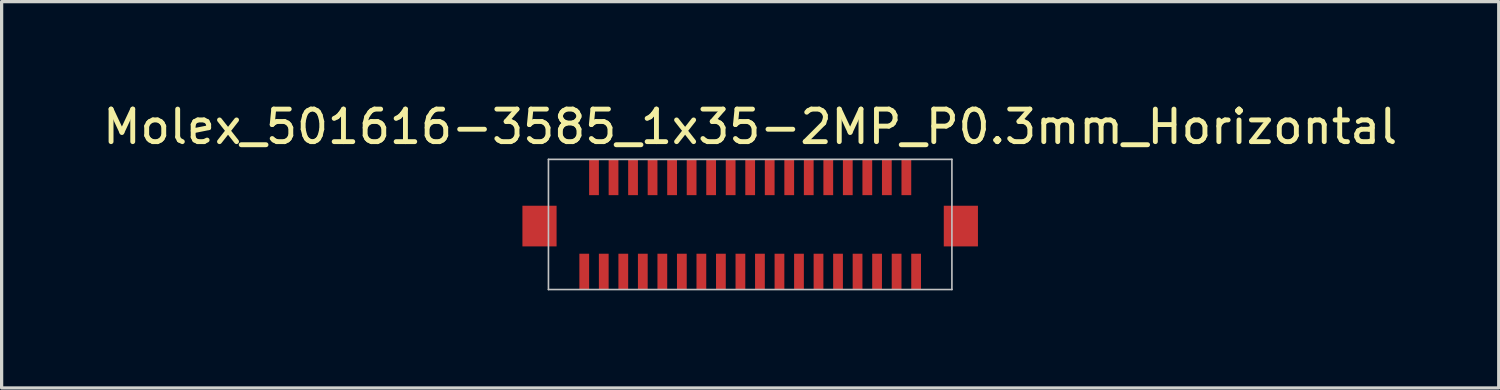
<source format=kicad_pcb>
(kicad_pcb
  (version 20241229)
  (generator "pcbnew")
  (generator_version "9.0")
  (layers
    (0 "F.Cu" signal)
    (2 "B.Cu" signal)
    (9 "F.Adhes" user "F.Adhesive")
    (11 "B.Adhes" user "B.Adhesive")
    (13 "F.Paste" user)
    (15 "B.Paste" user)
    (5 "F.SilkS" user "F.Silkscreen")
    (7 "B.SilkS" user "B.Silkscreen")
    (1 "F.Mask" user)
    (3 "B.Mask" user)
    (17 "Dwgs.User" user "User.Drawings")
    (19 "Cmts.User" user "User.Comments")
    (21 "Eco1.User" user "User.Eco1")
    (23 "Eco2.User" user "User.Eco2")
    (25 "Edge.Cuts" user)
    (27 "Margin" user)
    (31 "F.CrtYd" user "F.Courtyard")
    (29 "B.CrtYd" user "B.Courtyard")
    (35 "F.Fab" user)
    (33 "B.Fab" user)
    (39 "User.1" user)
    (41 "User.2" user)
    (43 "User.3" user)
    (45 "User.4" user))
  (footprint "Molex_501616-3585_1x35-2MP_P0.3mm_Horizontal"
    (layer "F.Cu")
    (at 20.006 3.848)
    (property "Reference" "Molex_501616-3585_1x35-2MP_P0.3mm_Horizontal" (at 0 -3 0) (layer "F.SilkS") (effects (font (size 1 1) (thickness 0.15))))
    (attr through_hole)
    (fp_line (start -6.2 -2) (end 6.2 -2) (stroke (width 0.05) (type solid)) (layer "Dwgs.User"))
    (fp_line (start -6.2 2) (end -6.2 -2) (stroke (width 0.05) (type solid)) (layer "Dwgs.User"))
    (fp_line (start 6.2 -2) (end 6.2 2) (stroke (width 0.05) (type solid)) (layer "Dwgs.User"))
    (fp_line (start 6.2 2) (end -6.2 2) (stroke (width 0.05) (type solid)) (layer "Dwgs.User"))
    (pad "1" smd rect (at -5.1 1.45) (size 0.3 1.1) (layers "F.Cu" "F.Mask" "F.Paste"))
    (pad "2" smd rect (at -4.8 -1.45) (size 0.3 1.1) (layers "F.Cu" "F.Mask" "F.Paste"))
    (pad "3" smd rect (at -4.5 1.45) (size 0.3 1.1) (layers "F.Cu" "F.Mask" "F.Paste"))
    (pad "4" smd rect (at -4.2 -1.45) (size 0.3 1.1) (layers "F.Cu" "F.Mask" "F.Paste"))
    (pad "5" smd rect (at -3.9 1.45) (size 0.3 1.1) (layers "F.Cu" "F.Mask" "F.Paste"))
    (pad "6" smd rect (at -3.6 -1.45) (size 0.3 1.1) (layers "F.Cu" "F.Mask" "F.Paste"))
    (pad "7" smd rect (at -3.3 1.45) (size 0.3 1.1) (layers "F.Cu" "F.Mask" "F.Paste"))
    (pad "8" smd rect (at -3 -1.45) (size 0.3 1.1) (layers "F.Cu" "F.Mask" "F.Paste"))
    (pad "9" smd rect (at -2.7 1.45) (size 0.3 1.1) (layers "F.Cu" "F.Mask" "F.Paste"))
    (pad "10" smd rect (at -2.4 -1.45) (size 0.3 1.1) (layers "F.Cu" "F.Mask" "F.Paste"))
    (pad "11" smd rect (at -2.1 1.45) (size 0.3 1.1) (layers "F.Cu" "F.Mask" "F.Paste"))
    (pad "12" smd rect (at -1.8 -1.45) (size 0.3 1.1) (layers "F.Cu" "F.Mask" "F.Paste"))
    (pad "13" smd rect (at -1.5 1.45) (size 0.3 1.1) (layers "F.Cu" "F.Mask" "F.Paste"))
    (pad "14" smd rect (at -1.2 -1.45) (size 0.3 1.1) (layers "F.Cu" "F.Mask" "F.Paste"))
    (pad "15" smd rect (at -0.9 1.45) (size 0.3 1.1) (layers "F.Cu" "F.Mask" "F.Paste"))
    (pad "16" smd rect (at -0.6 -1.45) (size 0.3 1.1) (layers "F.Cu" "F.Mask" "F.Paste"))
    (pad "17" smd rect (at -0.3 1.45) (size 0.3 1.1) (layers "F.Cu" "F.Mask" "F.Paste"))
    (pad "18" smd rect (at 0 -1.45) (size 0.3 1.1) (layers "F.Cu" "F.Mask" "F.Paste"))
    (pad "19" smd rect (at 0.3 1.45) (size 0.3 1.1) (layers "F.Cu" "F.Mask" "F.Paste"))
    (pad "20" smd rect (at 0.6 -1.45) (size 0.3 1.1) (layers "F.Cu" "F.Mask" "F.Paste"))
    (pad "21" smd rect (at 0.9 1.45) (size 0.3 1.1) (layers "F.Cu" "F.Mask" "F.Paste"))
    (pad "22" smd rect (at 1.2 -1.45) (size 0.3 1.1) (layers "F.Cu" "F.Mask" "F.Paste"))
    (pad "23" smd rect (at 1.5 1.45) (size 0.3 1.1) (layers "F.Cu" "F.Mask" "F.Paste"))
    (pad "24" smd rect (at 1.8 -1.45) (size 0.3 1.1) (layers "F.Cu" "F.Mask" "F.Paste"))
    (pad "25" smd rect (at 2.1 1.45) (size 0.3 1.1) (layers "F.Cu" "F.Mask" "F.Paste"))
    (pad "26" smd rect (at 2.4 -1.45) (size 0.3 1.1) (layers "F.Cu" "F.Mask" "F.Paste"))
    (pad "27" smd rect (at 2.7 1.45) (size 0.3 1.1) (layers "F.Cu" "F.Mask" "F.Paste"))
    (pad "28" smd rect (at 3 -1.45) (size 0.3 1.1) (layers "F.Cu" "F.Mask" "F.Paste"))
    (pad "29" smd rect (at 3.3 1.45) (size 0.3 1.1) (layers "F.Cu" "F.Mask" "F.Paste"))
    (pad "30" smd rect (at 3.6 -1.45) (size 0.3 1.1) (layers "F.Cu" "F.Mask" "F.Paste"))
    (pad "31" smd rect (at 3.9 1.45) (size 0.3 1.1) (layers "F.Cu" "F.Mask" "F.Paste"))
    (pad "32" smd rect (at 4.2 -1.45) (size 0.3 1.1) (layers "F.Cu" "F.Mask" "F.Paste"))
    (pad "33" smd rect (at 4.5 1.45) (size 0.3 1.1) (layers "F.Cu" "F.Mask" "F.Paste"))
    (pad "34" smd rect (at 4.8 -1.45) (size 0.3 1.1) (layers "F.Cu" "F.Mask" "F.Paste"))
    (pad "35" smd rect (at 5.1 1.45) (size 0.3 1.1) (layers "F.Cu" "F.Mask" "F.Paste"))
    (pad "MP" smd rect (at -6.475 0.05 180) (size 1.05 1.25) (layers "F.Cu" "F.Mask" "F.Paste"))
    (pad "MP" smd rect (at 6.475 0.05) (size 1.05 1.25) (layers "F.Cu" "F.Mask" "F.Paste")))
  (gr_rect
    (start -3 -3)
    (end 43.012 8.873)
    (stroke (width 0.1) (type default))
    (fill no)
    (layer "Edge.Cuts")))
</source>
